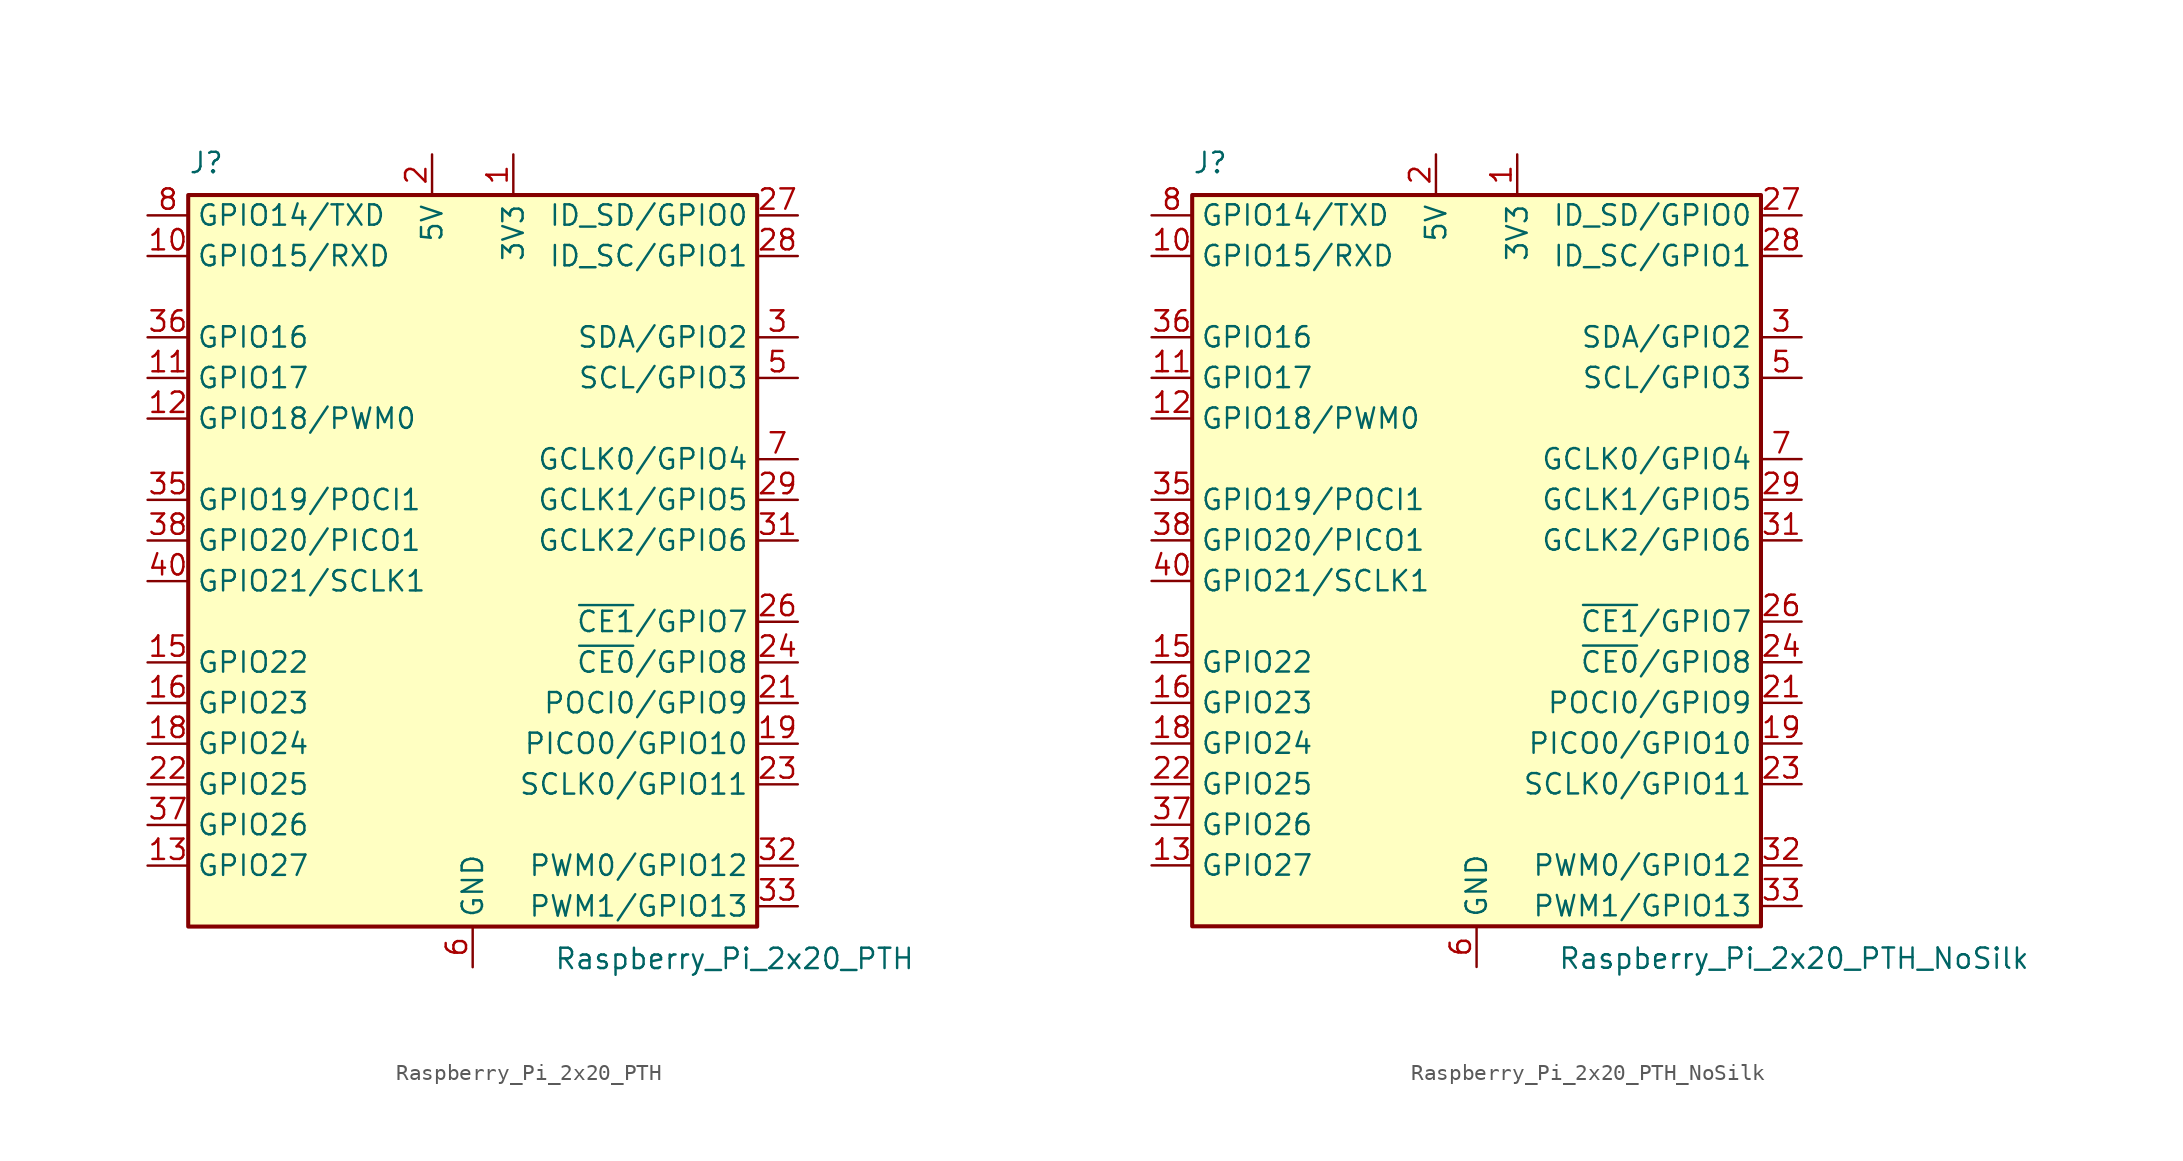
<source format=kicad_sym>
(kicad_symbol_lib
  (version 20241209)
  (generator "kicad_symbol_editor")
  (generator_version "9.0")
  (symbol "Raspberry_Pi_2x20_PTH"
    (property "Reference" "J"
      (at -17.78 25.4 0)
      (effects (font (size 1.27 1.27)) (justify left bottom)))
    (property "Value" "Raspberry_Pi_2x20_PTH"
      (at 5.08 -22.86 0)
      (effects (font (size 1.27 1.27)) (justify left top)))
    (symbol "Raspberry_Pi_2x20_PTH_0_1"
      (rectangle (start -17.78 24.13) (end 17.78 -21.59) (stroke (width 0.254) (type default)) (fill (type background))))
    (symbol "Raspberry_Pi_2x20_PTH_1_1"
      (pin bidirectional line (at -20.32 22.86 0) (length 2.54) (name "GPIO14/TXD" (effects (font (size 1.27 1.27)))) (number "8" (effects (font (size 1.27 1.27)))))
      (pin bidirectional line (at -20.32 20.32 0) (length 2.54) (name "GPIO15/RXD" (effects (font (size 1.27 1.27)))) (number "10" (effects (font (size 1.27 1.27)))))
      (pin bidirectional line (at -20.32 15.24 0) (length 2.54) (name "GPIO16" (effects (font (size 1.27 1.27)))) (number "36" (effects (font (size 1.27 1.27)))))
      (pin bidirectional line (at -20.32 12.7 0) (length 2.54) (name "GPIO17" (effects (font (size 1.27 1.27)))) (number "11" (effects (font (size 1.27 1.27)))))
      (pin bidirectional line (at -20.32 10.16 0) (length 2.54) (name "GPIO18/PWM0" (effects (font (size 1.27 1.27)))) (number "12" (effects (font (size 1.27 1.27)))))
      (pin bidirectional line (at -20.32 5.08 0) (length 2.54) (name "GPIO19/POCI1" (effects (font (size 1.27 1.27)))) (number "35" (effects (font (size 1.27 1.27)))))
      (pin bidirectional line (at -20.32 2.54 0) (length 2.54) (name "GPIO20/PICO1" (effects (font (size 1.27 1.27)))) (number "38" (effects (font (size 1.27 1.27)))))
      (pin bidirectional line (at -20.32 0 0) (length 2.54) (name "GPIO21/SCLK1" (effects (font (size 1.27 1.27)))) (number "40" (effects (font (size 1.27 1.27)))))
      (pin bidirectional line (at -20.32 -5.08 0) (length 2.54) (name "GPIO22" (effects (font (size 1.27 1.27)))) (number "15" (effects (font (size 1.27 1.27)))))
      (pin bidirectional line (at -20.32 -7.62 0) (length 2.54) (name "GPIO23" (effects (font (size 1.27 1.27)))) (number "16" (effects (font (size 1.27 1.27)))))
      (pin bidirectional line (at -20.32 -10.16 0) (length 2.54) (name "GPIO24" (effects (font (size 1.27 1.27)))) (number "18" (effects (font (size 1.27 1.27)))))
      (pin bidirectional line (at -20.32 -12.7 0) (length 2.54) (name "GPIO25" (effects (font (size 1.27 1.27)))) (number "22" (effects (font (size 1.27 1.27)))))
      (pin bidirectional line (at -20.32 -15.24 0) (length 2.54) (name "GPIO26" (effects (font (size 1.27 1.27)))) (number "37" (effects (font (size 1.27 1.27)))))
      (pin bidirectional line (at -20.32 -17.78 0) (length 2.54) (name "GPIO27" (effects (font (size 1.27 1.27)))) (number "13" (effects (font (size 1.27 1.27)))))
      (pin power_in line (at -2.54 26.67 270) (length 2.54) (name "5V" (effects (font (size 1.27 1.27)))) (number "2" (effects (font (size 1.27 1.27)))))
      (pin passive line (at -2.54 26.67 270) (length 2.54) (hide yes) (name "5V" (effects (font (size 1.27 1.27)))) (number "4" (effects (font (size 1.27 1.27)))))
      (pin passive line (at 0 -24.13 90) (length 2.54) (hide yes) (name "GND" (effects (font (size 1.27 1.27)))) (number "14" (effects (font (size 1.27 1.27)))))
      (pin passive line (at 0 -24.13 90) (length 2.54) (hide yes) (name "GND" (effects (font (size 1.27 1.27)))) (number "20" (effects (font (size 1.27 1.27)))))
      (pin passive line (at 0 -24.13 90) (length 2.54) (hide yes) (name "GND" (effects (font (size 1.27 1.27)))) (number "25" (effects (font (size 1.27 1.27)))))
      (pin passive line (at 0 -24.13 90) (length 2.54) (hide yes) (name "GND" (effects (font (size 1.27 1.27)))) (number "30" (effects (font (size 1.27 1.27)))))
      (pin passive line (at 0 -24.13 90) (length 2.54) (hide yes) (name "GND" (effects (font (size 1.27 1.27)))) (number "34" (effects (font (size 1.27 1.27)))))
      (pin passive line (at 0 -24.13 90) (length 2.54) (hide yes) (name "GND" (effects (font (size 1.27 1.27)))) (number "39" (effects (font (size 1.27 1.27)))))
      (pin power_in line (at 0 -24.13 90) (length 2.54) (name "GND" (effects (font (size 1.27 1.27)))) (number "6" (effects (font (size 1.27 1.27)))))
      (pin passive line (at 0 -24.13 90) (length 2.54) (hide yes) (name "GND" (effects (font (size 1.27 1.27)))) (number "9" (effects (font (size 1.27 1.27)))))
      (pin power_in line (at 2.54 26.67 270) (length 2.54) (name "3V3" (effects (font (size 1.27 1.27)))) (number "1" (effects (font (size 1.27 1.27)))))
      (pin passive line (at 2.54 26.67 270) (length 2.54) (hide yes) (name "3V3" (effects (font (size 1.27 1.27)))) (number "17" (effects (font (size 1.27 1.27)))))
      (pin bidirectional line (at 20.32 22.86 180) (length 2.54) (name "ID_SD/GPIO0" (effects (font (size 1.27 1.27)))) (number "27" (effects (font (size 1.27 1.27)))))
      (pin bidirectional line (at 20.32 20.32 180) (length 2.54) (name "ID_SC/GPIO1" (effects (font (size 1.27 1.27)))) (number "28" (effects (font (size 1.27 1.27)))))
      (pin bidirectional line (at 20.32 15.24 180) (length 2.54) (name "SDA/GPIO2" (effects (font (size 1.27 1.27)))) (number "3" (effects (font (size 1.27 1.27)))))
      (pin bidirectional line (at 20.32 12.7 180) (length 2.54) (name "SCL/GPIO3" (effects (font (size 1.27 1.27)))) (number "5" (effects (font (size 1.27 1.27)))))
      (pin bidirectional line (at 20.32 7.62 180) (length 2.54) (name "GCLK0/GPIO4" (effects (font (size 1.27 1.27)))) (number "7" (effects (font (size 1.27 1.27)))))
      (pin bidirectional line (at 20.32 5.08 180) (length 2.54) (name "GCLK1/GPIO5" (effects (font (size 1.27 1.27)))) (number "29" (effects (font (size 1.27 1.27)))))
      (pin bidirectional line (at 20.32 2.54 180) (length 2.54) (name "GCLK2/GPIO6" (effects (font (size 1.27 1.27)))) (number "31" (effects (font (size 1.27 1.27)))))
      (pin bidirectional line (at 20.32 -2.54 180) (length 2.54) (name "~{CE1}/GPIO7" (effects (font (size 1.27 1.27)))) (number "26" (effects (font (size 1.27 1.27)))))
      (pin bidirectional line (at 20.32 -5.08 180) (length 2.54) (name "~{CE0}/GPIO8" (effects (font (size 1.27 1.27)))) (number "24" (effects (font (size 1.27 1.27)))))
      (pin bidirectional line (at 20.32 -7.62 180) (length 2.54) (name "POCI0/GPIO9" (effects (font (size 1.27 1.27)))) (number "21" (effects (font (size 1.27 1.27)))))
      (pin bidirectional line (at 20.32 -10.16 180) (length 2.54) (name "PICO0/GPIO10" (effects (font (size 1.27 1.27)))) (number "19" (effects (font (size 1.27 1.27)))))
      (pin bidirectional line (at 20.32 -12.7 180) (length 2.54) (name "SCLK0/GPIO11" (effects (font (size 1.27 1.27)))) (number "23" (effects (font (size 1.27 1.27)))))
      (pin bidirectional line (at 20.32 -17.78 180) (length 2.54) (name "PWM0/GPIO12" (effects (font (size 1.27 1.27)))) (number "32" (effects (font (size 1.27 1.27)))))
      (pin bidirectional line (at 20.32 -20.32 180) (length 2.54) (name "PWM1/GPIO13" (effects (font (size 1.27 1.27)))) (number "33" (effects (font (size 1.27 1.27)))))))
  (symbol "Raspberry_Pi_2x20_PTH_NoSilk"
    (property "Reference" "J"
      (at -17.78 25.4 0)
      (effects (font (size 1.27 1.27)) (justify left bottom)))
    (property "Value" "Raspberry_Pi_2x20_PTH_NoSilk"
      (at 5.08 -22.86 0)
      (effects (font (size 1.27 1.27)) (justify left top)))
    (symbol "Raspberry_Pi_2x20_PTH_NoSilk_0_1"
      (rectangle (start -17.78 24.13) (end 17.78 -21.59) (stroke (width 0.254) (type default)) (fill (type background))))
    (symbol "Raspberry_Pi_2x20_PTH_NoSilk_1_1"
      (pin bidirectional line (at -20.32 22.86 0) (length 2.54) (name "GPIO14/TXD" (effects (font (size 1.27 1.27)))) (number "8" (effects (font (size 1.27 1.27)))))
      (pin bidirectional line (at -20.32 20.32 0) (length 2.54) (name "GPIO15/RXD" (effects (font (size 1.27 1.27)))) (number "10" (effects (font (size 1.27 1.27)))))
      (pin bidirectional line (at -20.32 15.24 0) (length 2.54) (name "GPIO16" (effects (font (size 1.27 1.27)))) (number "36" (effects (font (size 1.27 1.27)))))
      (pin bidirectional line (at -20.32 12.7 0) (length 2.54) (name "GPIO17" (effects (font (size 1.27 1.27)))) (number "11" (effects (font (size 1.27 1.27)))))
      (pin bidirectional line (at -20.32 10.16 0) (length 2.54) (name "GPIO18/PWM0" (effects (font (size 1.27 1.27)))) (number "12" (effects (font (size 1.27 1.27)))))
      (pin bidirectional line (at -20.32 5.08 0) (length 2.54) (name "GPIO19/POCI1" (effects (font (size 1.27 1.27)))) (number "35" (effects (font (size 1.27 1.27)))))
      (pin bidirectional line (at -20.32 2.54 0) (length 2.54) (name "GPIO20/PICO1" (effects (font (size 1.27 1.27)))) (number "38" (effects (font (size 1.27 1.27)))))
      (pin bidirectional line (at -20.32 0 0) (length 2.54) (name "GPIO21/SCLK1" (effects (font (size 1.27 1.27)))) (number "40" (effects (font (size 1.27 1.27)))))
      (pin bidirectional line (at -20.32 -5.08 0) (length 2.54) (name "GPIO22" (effects (font (size 1.27 1.27)))) (number "15" (effects (font (size 1.27 1.27)))))
      (pin bidirectional line (at -20.32 -7.62 0) (length 2.54) (name "GPIO23" (effects (font (size 1.27 1.27)))) (number "16" (effects (font (size 1.27 1.27)))))
      (pin bidirectional line (at -20.32 -10.16 0) (length 2.54) (name "GPIO24" (effects (font (size 1.27 1.27)))) (number "18" (effects (font (size 1.27 1.27)))))
      (pin bidirectional line (at -20.32 -12.7 0) (length 2.54) (name "GPIO25" (effects (font (size 1.27 1.27)))) (number "22" (effects (font (size 1.27 1.27)))))
      (pin bidirectional line (at -20.32 -15.24 0) (length 2.54) (name "GPIO26" (effects (font (size 1.27 1.27)))) (number "37" (effects (font (size 1.27 1.27)))))
      (pin bidirectional line (at -20.32 -17.78 0) (length 2.54) (name "GPIO27" (effects (font (size 1.27 1.27)))) (number "13" (effects (font (size 1.27 1.27)))))
      (pin power_in line (at -2.54 26.67 270) (length 2.54) (name "5V" (effects (font (size 1.27 1.27)))) (number "2" (effects (font (size 1.27 1.27)))))
      (pin passive line (at -2.54 26.67 270) (length 2.54) (hide yes) (name "5V" (effects (font (size 1.27 1.27)))) (number "4" (effects (font (size 1.27 1.27)))))
      (pin passive line (at 0 -24.13 90) (length 2.54) (hide yes) (name "GND" (effects (font (size 1.27 1.27)))) (number "14" (effects (font (size 1.27 1.27)))))
      (pin passive line (at 0 -24.13 90) (length 2.54) (hide yes) (name "GND" (effects (font (size 1.27 1.27)))) (number "20" (effects (font (size 1.27 1.27)))))
      (pin passive line (at 0 -24.13 90) (length 2.54) (hide yes) (name "GND" (effects (font (size 1.27 1.27)))) (number "25" (effects (font (size 1.27 1.27)))))
      (pin passive line (at 0 -24.13 90) (length 2.54) (hide yes) (name "GND" (effects (font (size 1.27 1.27)))) (number "30" (effects (font (size 1.27 1.27)))))
      (pin passive line (at 0 -24.13 90) (length 2.54) (hide yes) (name "GND" (effects (font (size 1.27 1.27)))) (number "34" (effects (font (size 1.27 1.27)))))
      (pin passive line (at 0 -24.13 90) (length 2.54) (hide yes) (name "GND" (effects (font (size 1.27 1.27)))) (number "39" (effects (font (size 1.27 1.27)))))
      (pin power_in line (at 0 -24.13 90) (length 2.54) (name "GND" (effects (font (size 1.27 1.27)))) (number "6" (effects (font (size 1.27 1.27)))))
      (pin passive line (at 0 -24.13 90) (length 2.54) (hide yes) (name "GND" (effects (font (size 1.27 1.27)))) (number "9" (effects (font (size 1.27 1.27)))))
      (pin power_in line (at 2.54 26.67 270) (length 2.54) (name "3V3" (effects (font (size 1.27 1.27)))) (number "1" (effects (font (size 1.27 1.27)))))
      (pin passive line (at 2.54 26.67 270) (length 2.54) (hide yes) (name "3V3" (effects (font (size 1.27 1.27)))) (number "17" (effects (font (size 1.27 1.27)))))
      (pin bidirectional line (at 20.32 22.86 180) (length 2.54) (name "ID_SD/GPIO0" (effects (font (size 1.27 1.27)))) (number "27" (effects (font (size 1.27 1.27)))))
      (pin bidirectional line (at 20.32 20.32 180) (length 2.54) (name "ID_SC/GPIO1" (effects (font (size 1.27 1.27)))) (number "28" (effects (font (size 1.27 1.27)))))
      (pin bidirectional line (at 20.32 15.24 180) (length 2.54) (name "SDA/GPIO2" (effects (font (size 1.27 1.27)))) (number "3" (effects (font (size 1.27 1.27)))))
      (pin bidirectional line (at 20.32 12.7 180) (length 2.54) (name "SCL/GPIO3" (effects (font (size 1.27 1.27)))) (number "5" (effects (font (size 1.27 1.27)))))
      (pin bidirectional line (at 20.32 7.62 180) (length 2.54) (name "GCLK0/GPIO4" (effects (font (size 1.27 1.27)))) (number "7" (effects (font (size 1.27 1.27)))))
      (pin bidirectional line (at 20.32 5.08 180) (length 2.54) (name "GCLK1/GPIO5" (effects (font (size 1.27 1.27)))) (number "29" (effects (font (size 1.27 1.27)))))
      (pin bidirectional line (at 20.32 2.54 180) (length 2.54) (name "GCLK2/GPIO6" (effects (font (size 1.27 1.27)))) (number "31" (effects (font (size 1.27 1.27)))))
      (pin bidirectional line (at 20.32 -2.54 180) (length 2.54) (name "~{CE1}/GPIO7" (effects (font (size 1.27 1.27)))) (number "26" (effects (font (size 1.27 1.27)))))
      (pin bidirectional line (at 20.32 -5.08 180) (length 2.54) (name "~{CE0}/GPIO8" (effects (font (size 1.27 1.27)))) (number "24" (effects (font (size 1.27 1.27)))))
      (pin bidirectional line (at 20.32 -7.62 180) (length 2.54) (name "POCI0/GPIO9" (effects (font (size 1.27 1.27)))) (number "21" (effects (font (size 1.27 1.27)))))
      (pin bidirectional line (at 20.32 -10.16 180) (length 2.54) (name "PICO0/GPIO10" (effects (font (size 1.27 1.27)))) (number "19" (effects (font (size 1.27 1.27)))))
      (pin bidirectional line (at 20.32 -12.7 180) (length 2.54) (name "SCLK0/GPIO11" (effects (font (size 1.27 1.27)))) (number "23" (effects (font (size 1.27 1.27)))))
      (pin bidirectional line (at 20.32 -17.78 180) (length 2.54) (name "PWM0/GPIO12" (effects (font (size 1.27 1.27)))) (number "32" (effects (font (size 1.27 1.27)))))
      (pin bidirectional line (at 20.32 -20.32 180) (length 2.54) (name "PWM1/GPIO13" (effects (font (size 1.27 1.27)))) (number "33" (effects (font (size 1.27 1.27))))))))
</source>
